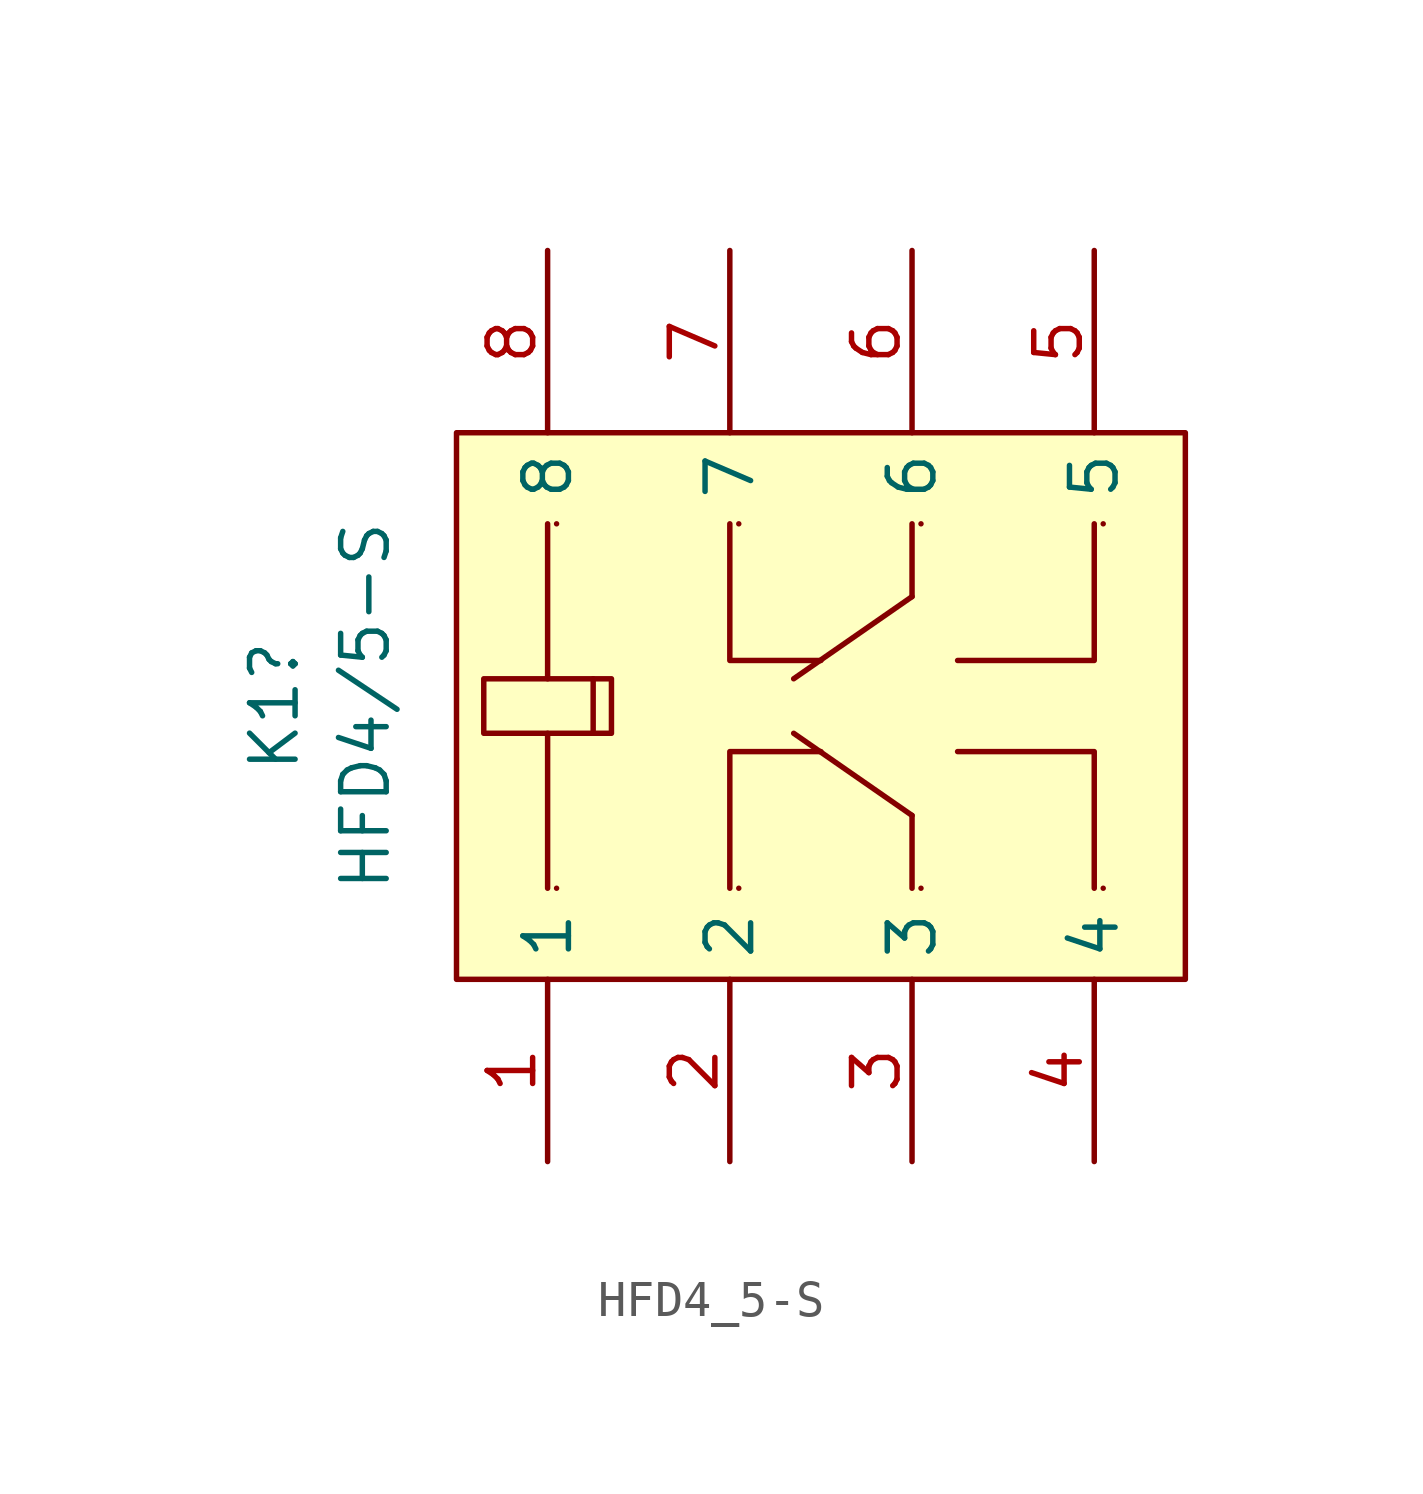
<source format=kicad_sym>
(kicad_symbol_lib
  (version 20231120)
  (generator "kicad_symbol_editor")
  (generator_version "8.0")
  (symbol "HFD4_5-S"
    (property "Reference" "K1"
      (at -15.24 0 90)
      (effects (font (size 1.27 1.27))))
    (property "Value" "HFD4/5-S"
      (at -12.7 0 90)
      (effects (font (size 1.27 1.27))))
    (symbol "HFD4_5-S_0_1"
      (rectangle (start -10.16 7.62) (end 10.16 -7.62) (stroke (width 0) (type default)) (fill (type background)))
      (arc (start -7.37 -5.08) (mid -7.37 -5.08) (end -7.37 -5.08) (stroke (width 0) (type default)) (fill (type none)))
      (arc (start -7.37 5.08) (mid -7.37 5.08) (end -7.37 5.08) (stroke (width 0) (type default)) (fill (type none)))
      (arc (start -2.29 -5.08) (mid -2.29 -5.08) (end -2.29 -5.08) (stroke (width 0) (type default)) (fill (type none)))
      (arc (start -2.29 5.08) (mid -2.29 5.08) (end -2.29 5.08) (stroke (width 0) (type default)) (fill (type none)))
      (polyline (pts (xy -7.62 -0.76) (xy -7.62 -5.08)) (stroke (width 0) (type default)) (fill (type none)))
      (polyline (pts (xy -7.62 5.08) (xy -7.62 0.76)) (stroke (width 0) (type default)) (fill (type none)))
      (polyline (pts (xy 2.54 -5.08) (xy 2.54 -3.05)) (stroke (width 0) (type default)) (fill (type none)))
      (polyline (pts (xy 2.54 -3.05) (xy -0.76 -0.76)) (stroke (width 0) (type default)) (fill (type none)))
      (polyline (pts (xy 2.54 3.05) (xy -0.76 0.76)) (stroke (width 0) (type default)) (fill (type none)))
      (polyline (pts (xy 2.54 5.08) (xy 2.54 3.05)) (stroke (width 0) (type default)) (fill (type none)))
      (polyline (pts (xy -2.54 -5.08) (xy -2.54 -1.27) (xy 0 -1.27)) (stroke (width 0) (type default)) (fill (type none)))
      (polyline (pts (xy -2.54 5.08) (xy -2.54 1.27) (xy 0 1.27)) (stroke (width 0) (type default)) (fill (type none)))
      (polyline (pts (xy 3.81 -1.27) (xy 7.62 -1.27) (xy 7.62 -5.08)) (stroke (width 0) (type default)) (fill (type none)))
      (polyline (pts (xy 3.81 1.27) (xy 7.62 1.27) (xy 7.62 5.08)) (stroke (width 0) (type default)) (fill (type none)))
      (polyline (pts (xy -6.35 0.76) (xy -5.84 0.76) (xy -5.84 -0.76) (xy -6.35 -0.76)) (stroke (width 0) (type default)) (fill (type none)))
      (polyline (pts (xy -9.4 -0.76) (xy -9.4 0.76) (xy -6.35 0.76) (xy -6.35 -0.76) (xy -9.4 -0.76)) (stroke (width 0) (type default)) (fill (type background)))
      (arc (start 2.79 -5.08) (mid 2.79 -5.08) (end 2.79 -5.08) (stroke (width 0) (type default)) (fill (type none)))
      (arc (start 2.79 5.08) (mid 2.79 5.08) (end 2.79 5.08) (stroke (width 0) (type default)) (fill (type none)))
      (arc (start 7.87 -5.08) (mid 7.87 -5.08) (end 7.87 -5.08) (stroke (width 0) (type default)) (fill (type none)))
      (arc (start 7.87 5.08) (mid 7.87 5.08) (end 7.87 5.08) (stroke (width 0) (type default)) (fill (type none)))
      (pin input line (at -7.62 -12.7 90) (length 5.08) (name "1" (effects (font (size 1.27 1.27)))) (number "1" (effects (font (size 1.27 1.27)))))
      (pin input line (at -2.54 -12.7 90) (length 5.08) (name "2" (effects (font (size 1.27 1.27)))) (number "2" (effects (font (size 1.27 1.27)))))
      (pin input line (at 2.54 -12.7 90) (length 5.08) (name "3" (effects (font (size 1.27 1.27)))) (number "3" (effects (font (size 1.27 1.27)))))
      (pin input line (at 7.62 -12.7 90) (length 5.08) (name "4" (effects (font (size 1.27 1.27)))) (number "4" (effects (font (size 1.27 1.27)))))
      (pin input line (at 7.62 12.7 270) (length 5.08) (name "5" (effects (font (size 1.27 1.27)))) (number "5" (effects (font (size 1.27 1.27)))))
      (pin input line (at 2.54 12.7 270) (length 5.08) (name "6" (effects (font (size 1.27 1.27)))) (number "6" (effects (font (size 1.27 1.27)))))
      (pin input line (at -2.54 12.7 270) (length 5.08) (name "7" (effects (font (size 1.27 1.27)))) (number "7" (effects (font (size 1.27 1.27)))))
      (pin input line (at -7.62 12.7 270) (length 5.08) (name "8" (effects (font (size 1.27 1.27)))) (number "8" (effects (font (size 1.27 1.27))))))))
</source>
